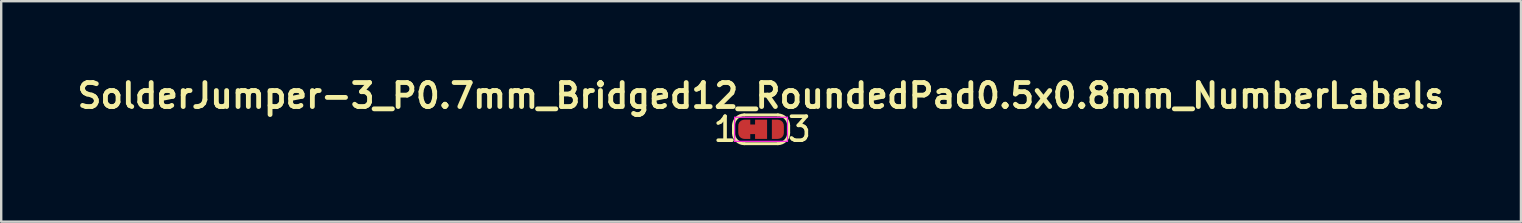
<source format=kicad_pcb>
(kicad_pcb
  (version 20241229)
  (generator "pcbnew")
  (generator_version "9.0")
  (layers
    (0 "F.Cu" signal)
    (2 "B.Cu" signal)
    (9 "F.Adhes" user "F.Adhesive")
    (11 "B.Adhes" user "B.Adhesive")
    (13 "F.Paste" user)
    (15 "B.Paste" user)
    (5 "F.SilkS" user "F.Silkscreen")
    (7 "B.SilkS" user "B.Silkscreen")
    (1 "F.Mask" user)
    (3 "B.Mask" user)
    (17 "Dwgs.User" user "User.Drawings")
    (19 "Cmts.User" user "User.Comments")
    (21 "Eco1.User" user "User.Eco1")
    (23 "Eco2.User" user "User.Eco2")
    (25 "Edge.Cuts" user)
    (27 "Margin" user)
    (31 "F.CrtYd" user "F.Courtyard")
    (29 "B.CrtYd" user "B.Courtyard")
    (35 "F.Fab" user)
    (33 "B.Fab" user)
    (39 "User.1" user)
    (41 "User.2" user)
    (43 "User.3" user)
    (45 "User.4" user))
  (footprint "SolderJumper-3_P0.7mm_Bridged12_RoundedPad0.5x0.8mm_NumberLabels"
    (layer "F.Cu")
    (at 28.652 2.336)
    (property "Reference" "SolderJumper-3_P0.7mm_Bridged12_RoundedPad0.5x0.8mm_NumberLabels" (at 0 -1.4 0) (layer "F.SilkS") (effects (font (size 1 1) (thickness 0.2) (bold yes))))
    (attr exclude_from_pos_files exclude_from_bom)
    (fp_line (start -1.15 0.15) (end -1.15 -0.15) (stroke (width 0.12) (type solid)) (layer "F.SilkS"))
    (fp_line (start -0.7 -0.6) (end 0.7 -0.6) (stroke (width 0.12) (type solid)) (layer "F.SilkS"))
    (fp_line (start 0.7 0.6) (end -0.7 0.6) (stroke (width 0.12) (type solid)) (layer "F.SilkS"))
    (fp_line (start 1.15 -0.15) (end 1.15 0.15) (stroke (width 0.12) (type solid)) (layer "F.SilkS"))
    (fp_arc (start -1.15 -0.149999) (mid -1.018198 -0.468198) (end -0.699999 -0.6) (stroke (width 0.12) (type solid)) (layer "F.SilkS"))
    (fp_arc (start -0.699999 0.6) (mid -1.018198 0.468198) (end -1.15 0.15) (stroke (width 0.12) (type solid)) (layer "F.SilkS"))
    (fp_arc (start 0.7 -0.6) (mid 1.018198 -0.468198) (end 1.15 -0.15) (stroke (width 0.12) (type solid)) (layer "F.SilkS"))
    (fp_arc (start 1.15 0.15) (mid 1.018198 0.468198) (end 0.7 0.6) (stroke (width 0.12) (type solid)) (layer "F.SilkS"))
    (fp_line (start -1.1 -0.5) (end -1.1 0.5) (stroke (width 0.05) (type solid)) (layer "F.CrtYd"))
    (fp_line (start -1.1 -0.5) (end 1.1 -0.5) (stroke (width 0.05) (type solid)) (layer "F.CrtYd"))
    (fp_line (start 1.1 0.5) (end -1.1 0.5) (stroke (width 0.05) (type solid)) (layer "F.CrtYd"))
    (fp_line (start 1.1 0.5) (end 1.1 -0.5) (stroke (width 0.05) (type solid)) (layer "F.CrtYd"))
    (fp_text user "1" (at -1.5 0 0) (layer "F.SilkS") (effects (font (size 1 1) (thickness 0.15))))
    (fp_text user "3" (at 1.6 0 0) (layer "F.SilkS") (effects (font (size 1 1) (thickness 0.15))))
    (pad "1" smd custom (at -0.7 0) (size 0.5 0.3) (layers "F.Cu" "F.Mask") (options (anchor rect)) (primitives (gr_circle (center 0 -0.15) (end 0.25 -0.15) (width 0) (fill yes)) (gr_circle (center 0 0.15) (end 0.25 0.15) (width 0) (fill yes)) (gr_poly (pts (xy 0.25 0.4) (xy 0 0.4) (xy 0 -0.4) (xy 0.25 -0.4)) (width 0) (fill yes))))
    (pad "2" smd custom (at 0 0) (size 0.5 0.8) (layers "F.Cu" "F.Mask") (options (anchor rect)) (primitives (gr_poly (pts (xy -0.65 -0.2) (xy -0.15 -0.2) (xy -0.15 0.2) (xy -0.65 0.2)) (width 0) (fill yes))))
    (pad "3" smd custom (at 0.7 0) (size 0.5 0.3) (layers "F.Cu" "F.Mask") (options (anchor rect)) (primitives (gr_poly (pts (xy 0 0.4) (xy -0.25 0.4) (xy -0.25 -0.4) (xy 0 -0.4)) (width 0) (fill yes)) (gr_circle (center 0 -0.15) (end 0.25 -0.15) (width 0) (fill yes)) (gr_circle (center 0 0.15) (end 0.25 0.15) (width 0) (fill yes)))))
  (gr_rect
    (start -3 -3)
    (end 60.305 6.184)
    (stroke (width 0.1) (type default))
    (fill no)
    (layer "Edge.Cuts")))
</source>
